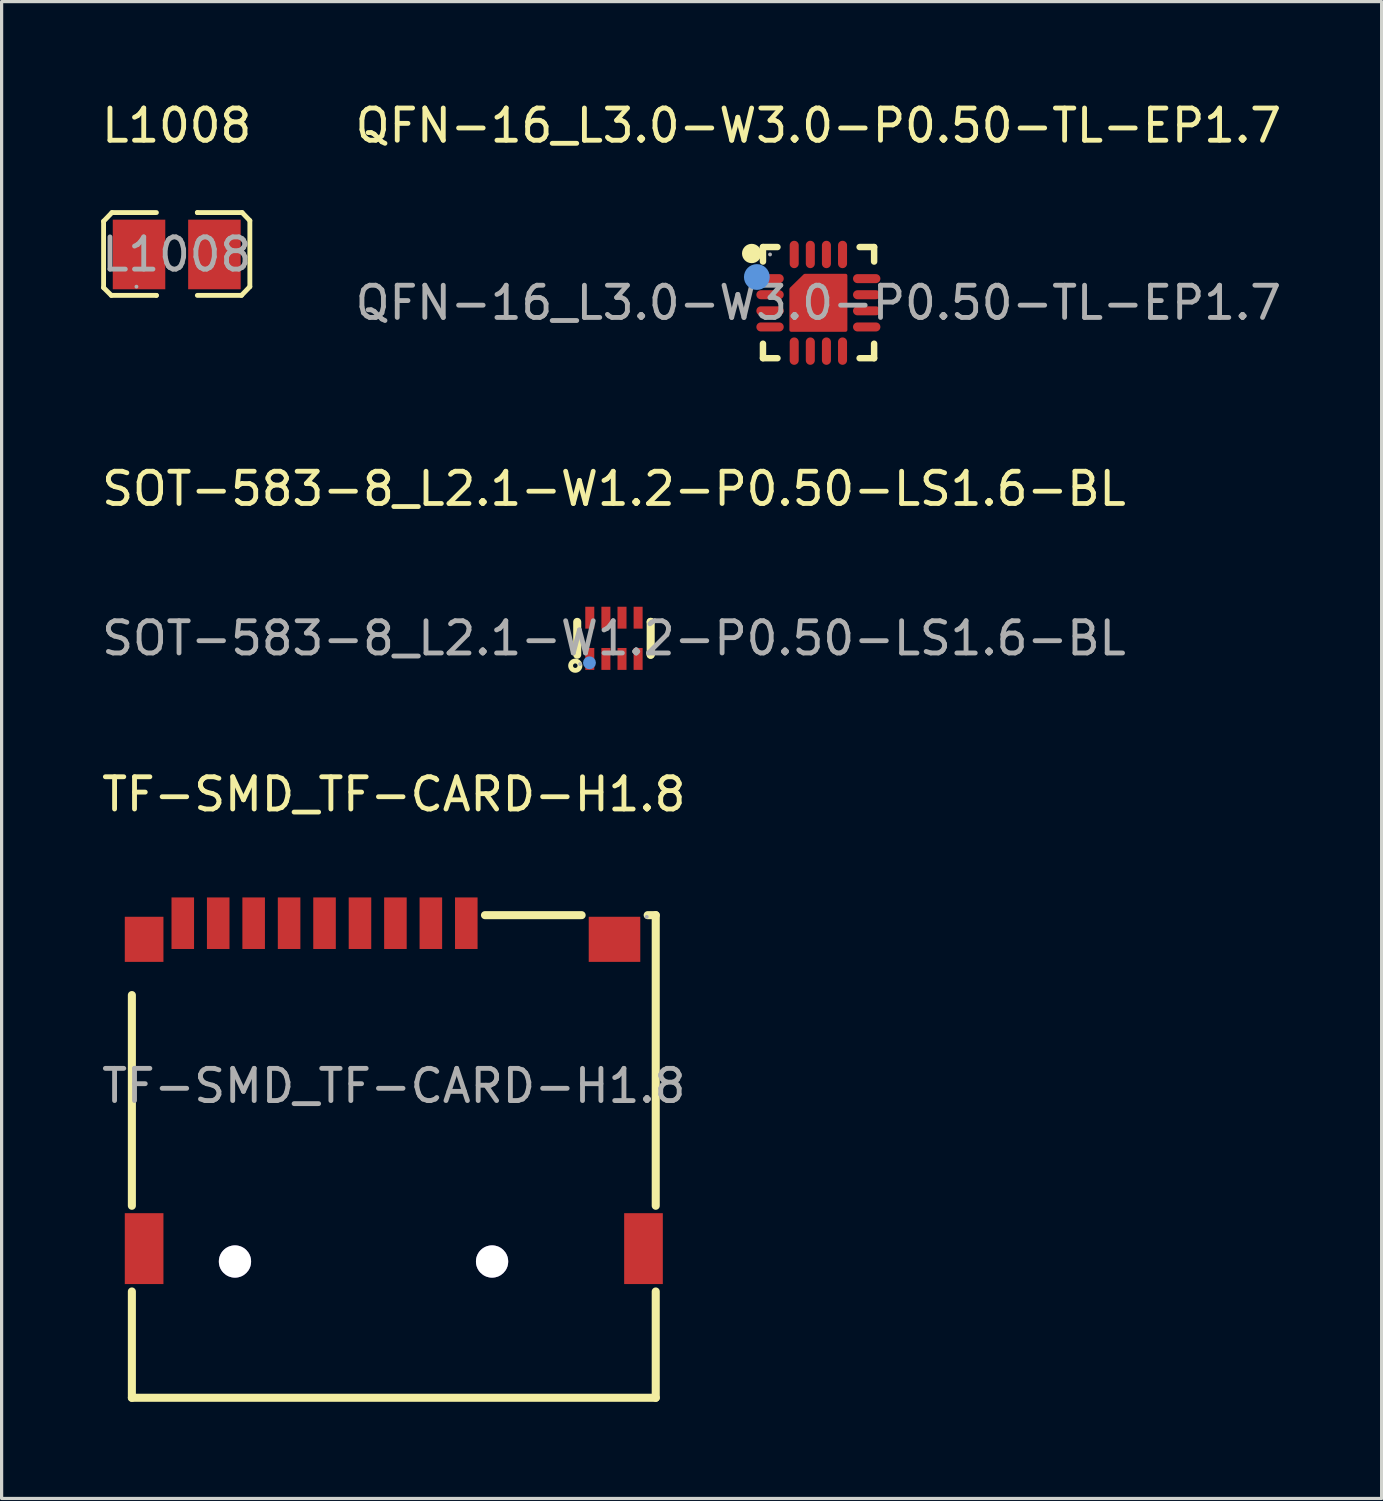
<source format=kicad_pcb>
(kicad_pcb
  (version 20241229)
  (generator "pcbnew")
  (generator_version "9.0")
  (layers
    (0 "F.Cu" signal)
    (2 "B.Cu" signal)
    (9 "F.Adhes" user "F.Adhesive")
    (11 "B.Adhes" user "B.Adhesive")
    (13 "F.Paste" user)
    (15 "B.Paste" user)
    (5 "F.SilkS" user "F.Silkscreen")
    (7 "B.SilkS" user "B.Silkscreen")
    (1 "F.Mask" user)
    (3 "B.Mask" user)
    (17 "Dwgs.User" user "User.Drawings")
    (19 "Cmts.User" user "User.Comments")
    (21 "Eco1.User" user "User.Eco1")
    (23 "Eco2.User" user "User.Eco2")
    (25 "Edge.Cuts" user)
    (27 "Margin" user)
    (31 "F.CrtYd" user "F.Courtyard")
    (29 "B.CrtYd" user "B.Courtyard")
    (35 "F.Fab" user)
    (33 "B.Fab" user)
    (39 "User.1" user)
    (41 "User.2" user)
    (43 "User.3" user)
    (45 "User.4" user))
  (footprint "QFN-16_L3.0-W3.0-P0.50-TL-EP1.7"
    (layer "F.Cu")
    (at 22.351 6.348)
    (property "Reference" "QFN-16_L3.0-W3.0-P0.50-TL-EP1.7" (at 0 -5.5 0) (layer "F.SilkS") (effects (font (size 1 1) (thickness 0.15))))
    (attr smd)
    (fp_line (start -1.72 -1.73) (end -1.27 -1.73) (stroke (width 0.2) (type solid)) (layer "F.SilkS"))
    (fp_line (start -1.72 -1.28) (end -1.72 -1.73) (stroke (width 0.2) (type solid)) (layer "F.SilkS"))
    (fp_line (start -1.72 1.72) (end -1.72 1.27) (stroke (width 0.2) (type solid)) (layer "F.SilkS"))
    (fp_line (start -1.27 1.72) (end -1.72 1.72) (stroke (width 0.2) (type solid)) (layer "F.SilkS"))
    (fp_line (start 1.28 -1.73) (end 1.73 -1.73) (stroke (width 0.2) (type solid)) (layer "F.SilkS"))
    (fp_line (start 1.28 1.72) (end 1.73 1.72) (stroke (width 0.2) (type solid)) (layer "F.SilkS"))
    (fp_line (start 1.73 -1.73) (end 1.73 -1.28) (stroke (width 0.2) (type solid)) (layer "F.SilkS"))
    (fp_line (start 1.73 1.72) (end 1.73 1.27) (stroke (width 0.2) (type solid)) (layer "F.SilkS"))
    (fp_arc (start -2.07 -1.53) (mid -2.07 -1.53) (end -2.07 -1.53) (stroke (width 0.3) (type solid)) (layer "F.SilkS"))
    (fp_circle (center -1.91 -0.8) (end -1.71 -0.8) (stroke (width 0.4) (type solid)) (fill no) (layer "Cmts.User"))
    (fp_circle (center -1.5 -1.5) (end -1.47 -1.5) (stroke (width 0.06) (type solid)) (fill no) (layer "F.Fab"))
    (fp_text user "${REFERENCE}" (at 0 0 0) (layer "F.Fab") (effects (font (size 1 1) (thickness 0.15))))
    (pad "1" smd oval (at -1.5 -0.75) (size 0.85 0.28) (layers "F.Cu" "F.Mask" "F.Paste"))
    (pad "2" smd oval (at -1.5 -0.25) (size 0.85 0.28) (layers "F.Cu" "F.Mask" "F.Paste"))
    (pad "3" smd oval (at -1.5 0.25) (size 0.85 0.28) (layers "F.Cu" "F.Mask" "F.Paste"))
    (pad "4" smd oval (at -1.5 0.75) (size 0.85 0.28) (layers "F.Cu" "F.Mask" "F.Paste"))
    (pad "5" smd oval (at -0.75 1.5) (size 0.28 0.85) (layers "F.Cu" "F.Mask" "F.Paste"))
    (pad "6" smd oval (at -0.25 1.5) (size 0.28 0.85) (layers "F.Cu" "F.Mask" "F.Paste"))
    (pad "7" smd oval (at 0.25 1.5) (size 0.28 0.85) (layers "F.Cu" "F.Mask" "F.Paste"))
    (pad "8" smd oval (at 0.75 1.5) (size 0.28 0.85) (layers "F.Cu" "F.Mask" "F.Paste"))
    (pad "9" smd oval (at 1.5 0.75) (size 0.85 0.28) (layers "F.Cu" "F.Mask" "F.Paste"))
    (pad "10" smd oval (at 1.5 0.25) (size 0.85 0.28) (layers "F.Cu" "F.Mask" "F.Paste"))
    (pad "11" smd oval (at 1.5 -0.25) (size 0.85 0.28) (layers "F.Cu" "F.Mask" "F.Paste"))
    (pad "12" smd oval (at 1.5 -0.75) (size 0.85 0.28) (layers "F.Cu" "F.Mask" "F.Paste"))
    (pad "13" smd oval (at 0.75 -1.5) (size 0.28 0.85) (layers "F.Cu" "F.Mask" "F.Paste"))
    (pad "14" smd oval (at 0.25 -1.5) (size 0.28 0.85) (layers "F.Cu" "F.Mask" "F.Paste"))
    (pad "15" smd oval (at -0.25 -1.5) (size 0.28 0.85) (layers "F.Cu" "F.Mask" "F.Paste"))
    (pad "16" smd oval (at -0.75 -1.5) (size 0.28 0.85) (layers "F.Cu" "F.Mask" "F.Paste"))
    (pad "17" smd custom (at 0 0) (size 0.01 0.01) (layers "F.Cu" "F.Mask" "F.Paste") (options (anchor circle)) (primitives (gr_poly (pts (xy 0.85 -0.85) (xy 0.85 0.85) (xy -0.85 0.85) (xy -0.85 -0.43) (xy -0.42 -0.85)) (width 0.1) (fill yes)))))
  (footprint "SOT-583-8_L2.1-W1.2-P0.50-LS1.6-BL"
    (layer "F.Cu")
    (at 16.006 16.762)
    (property "Reference" "SOT-583-8_L2.1-W1.2-P0.50-LS1.6-BL" (at 0 -4.64 0) (layer "F.SilkS") (effects (font (size 1 1) (thickness 0.15))))
    (attr smd)
    (fp_line (start -1.14 -0.51) (end -1.14 0.51) (stroke (width 0.25) (type solid)) (layer "F.SilkS"))
    (fp_line (start 1.14 -0.51) (end 1.14 -0.51) (stroke (width 0.25) (type solid)) (layer "F.SilkS"))
    (fp_line (start 1.14 0.51) (end 1.14 -0.51) (stroke (width 0.25) (type solid)) (layer "F.SilkS"))
    (fp_line (start 1.14 0.51) (end 1.14 0.51) (stroke (width 0.25) (type solid)) (layer "F.SilkS"))
    (fp_circle (center -1.2 0.85) (end -1.13 0.85) (stroke (width 0.15) (type solid)) (fill no) (layer "F.SilkS"))
    (fp_circle (center -0.76 0.76) (end -0.66 0.76) (stroke (width 0.2) (type solid)) (fill no) (layer "Cmts.User"))
    (fp_circle (center -1.05 0.8) (end -1.02 0.8) (stroke (width 0.06) (type solid)) (fill no) (layer "F.Fab"))
    (fp_text user "${REFERENCE}" (at 0 0 0) (layer "F.Fab") (effects (font (size 1 1) (thickness 0.15))))
    (pad "1" smd rect (at -0.75 0.64) (size 0.28 0.68) (layers "F.Cu" "F.Mask" "F.Paste"))
    (pad "2" smd rect (at -0.25 0.64) (size 0.28 0.68) (layers "F.Cu" "F.Mask" "F.Paste"))
    (pad "3" smd rect (at 0.25 0.64) (size 0.28 0.68) (layers "F.Cu" "F.Mask" "F.Paste"))
    (pad "4" smd rect (at 0.75 0.64) (size 0.28 0.68) (layers "F.Cu" "F.Mask" "F.Paste"))
    (pad "5" smd rect (at 0.75 -0.64) (size 0.28 0.68) (layers "F.Cu" "F.Mask" "F.Paste"))
    (pad "6" smd rect (at 0.25 -0.64) (size 0.28 0.68) (layers "F.Cu" "F.Mask" "F.Paste"))
    (pad "7" smd rect (at -0.25 -0.64) (size 0.28 0.68) (layers "F.Cu" "F.Mask" "F.Paste"))
    (pad "8" smd rect (at -0.75 -0.64) (size 0.28 0.68) (layers "F.Cu" "F.Mask" "F.Paste")))
  (footprint "L1008"
    (layer "F.Cu")
    (at 2.435 4.848)
    (property "Reference" "L1008" (at 0 -4 0) (layer "F.SilkS") (effects (font (size 1 1) (thickness 0.15))))
    (attr smd)
    (fp_line (start -2.27 -1.03) (end -2.01 -1.3) (stroke (width 0.15) (type solid)) (layer "F.SilkS"))
    (fp_line (start -2.27 1.03) (end -2.27 -1.03) (stroke (width 0.15) (type solid)) (layer "F.SilkS"))
    (fp_line (start -2.03 1.27) (end -2.27 1.03) (stroke (width 0.15) (type solid)) (layer "F.SilkS"))
    (fp_line (start -2.01 -1.3) (end -0.63 -1.3) (stroke (width 0.15) (type solid)) (layer "F.SilkS"))
    (fp_line (start -0.63 1.27) (end -2.03 1.27) (stroke (width 0.15) (type solid)) (layer "F.SilkS"))
    (fp_line (start -0.63 1.27) (end -0.63 1.27) (stroke (width 0.15) (type solid)) (layer "F.SilkS"))
    (fp_line (start 0.64 -1.3) (end 0.64 -1.3) (stroke (width 0.15) (type solid)) (layer "F.SilkS"))
    (fp_line (start 0.64 -1.3) (end 2.03 -1.3) (stroke (width 0.15) (type solid)) (layer "F.SilkS"))
    (fp_line (start 2.01 1.27) (end 0.64 1.27) (stroke (width 0.15) (type solid)) (layer "F.SilkS"))
    (fp_line (start 2.03 -1.3) (end 2.27 -1.05) (stroke (width 0.15) (type solid)) (layer "F.SilkS"))
    (fp_line (start 2.27 -1.05) (end 2.27 1) (stroke (width 0.15) (type solid)) (layer "F.SilkS"))
    (fp_line (start 2.27 1) (end 2.01 1.27) (stroke (width 0.15) (type solid)) (layer "F.SilkS"))
    (fp_circle (center -1.25 1) (end -1.22 1) (stroke (width 0.06) (type solid)) (fill no) (layer "F.Fab"))
    (fp_text user "${REFERENCE}" (at 0 0 0) (layer "F.Fab") (effects (font (size 1 1) (thickness 0.15))))
    (pad "1" smd rect (at -1.17 0) (size 1.63 2.16) (layers "F.Cu" "F.Mask" "F.Paste"))
    (pad "2" smd rect (at 1.17 0) (size 1.63 2.16) (layers "F.Cu" "F.Mask" "F.Paste")))
  (footprint "TF-SMD_TF-CARD-H1.8"
    (layer "F.Cu")
    (at 9.173 30.655)
    (property "Reference" "TF-SMD_TF-CARD-H1.8" (at 0 -9.05 0) (layer "F.SilkS") (effects (font (size 1 1) (thickness 0.15))))
    (attr smd)
    (fp_line (start -8.13 -2.82) (end -8.13 3.72) (stroke (width 0.25) (type solid)) (layer "F.SilkS"))
    (fp_line (start -8.13 6.38) (end -8.13 9.68) (stroke (width 0.25) (type solid)) (layer "F.SilkS"))
    (fp_line (start -8.13 9.68) (end 8.13 9.68) (stroke (width 0.25) (type solid)) (layer "F.SilkS"))
    (fp_line (start 5.83 -5.3) (end 2.83 -5.3) (stroke (width 0.25) (type solid)) (layer "F.SilkS"))
    (fp_line (start 8.13 -5.3) (end 7.88 -5.3) (stroke (width 0.25) (type solid)) (layer "F.SilkS"))
    (fp_line (start 8.13 3.72) (end 8.13 -5.3) (stroke (width 0.25) (type solid)) (layer "F.SilkS"))
    (fp_line (start 8.13 9.68) (end 8.13 6.38) (stroke (width 0.25) (type solid)) (layer "F.SilkS"))
    (fp_circle (center -4.93 5.45) (end -4.73 5.45) (stroke (width 0.4) (type solid)) (fill no) (layer "Cmts.User"))
    (fp_circle (center 3.05 5.45) (end 3.25 5.45) (stroke (width 0.4) (type solid)) (fill no) (layer "Cmts.User"))
    (fp_circle (center 7.85 -5.25) (end 7.88 -5.25) (stroke (width 0.06) (type solid)) (fill no) (layer "F.Fab"))
    (fp_text user "${REFERENCE}" (at 0 0 0) (layer "F.Fab") (effects (font (size 1 1) (thickness 0.15))))
    (pad "" thru_hole circle (at -4.93 5.45) (size 1 1) (drill 1) (layers "*.Cu" "*.Mask"))
    (pad "" thru_hole circle (at 3.05 5.45) (size 1 1) (drill 1) (layers "*.Cu" "*.Mask"))
    (pad "1" smd rect (at 2.25 -5.05) (size 0.7 1.6) (layers "F.Cu" "F.Mask" "F.Paste"))
    (pad "2" smd rect (at 1.15 -5.05) (size 0.7 1.6) (layers "F.Cu" "F.Mask" "F.Paste"))
    (pad "3" smd rect (at 0.05 -5.05) (size 0.7 1.6) (layers "F.Cu" "F.Mask" "F.Paste"))
    (pad "4" smd rect (at -1.05 -5.05) (size 0.7 1.6) (layers "F.Cu" "F.Mask" "F.Paste"))
    (pad "5" smd rect (at -2.15 -5.05) (size 0.7 1.6) (layers "F.Cu" "F.Mask" "F.Paste"))
    (pad "6" smd rect (at -3.25 -5.05) (size 0.7 1.6) (layers "F.Cu" "F.Mask" "F.Paste"))
    (pad "7" smd rect (at -4.35 -5.05) (size 0.7 1.6) (layers "F.Cu" "F.Mask" "F.Paste"))
    (pad "8" smd rect (at -5.45 -5.05) (size 0.7 1.6) (layers "F.Cu" "F.Mask" "F.Paste"))
    (pad "9" smd rect (at -6.55 -5.05) (size 0.7 1.6) (layers "F.Cu" "F.Mask" "F.Paste"))
    (pad "10" smd rect (at -7.75 -4.55) (size 1.2 1.4) (layers "F.Cu" "F.Mask" "F.Paste"))
    (pad "11" smd rect (at -7.75 5.05) (size 1.2 2.2) (layers "F.Cu" "F.Mask" "F.Paste"))
    (pad "12" smd rect (at 7.75 5.05) (size 1.2 2.2) (layers "F.Cu" "F.Mask" "F.Paste"))
    (pad "13" smd rect (at 6.85 -4.55) (size 1.6 1.4) (layers "F.Cu" "F.Mask" "F.Paste")))
  (gr_rect
    (start -3 -3)
    (end 39.833 43.46)
    (stroke (width 0.1) (type default))
    (fill no)
    (layer "Edge.Cuts")))
</source>
